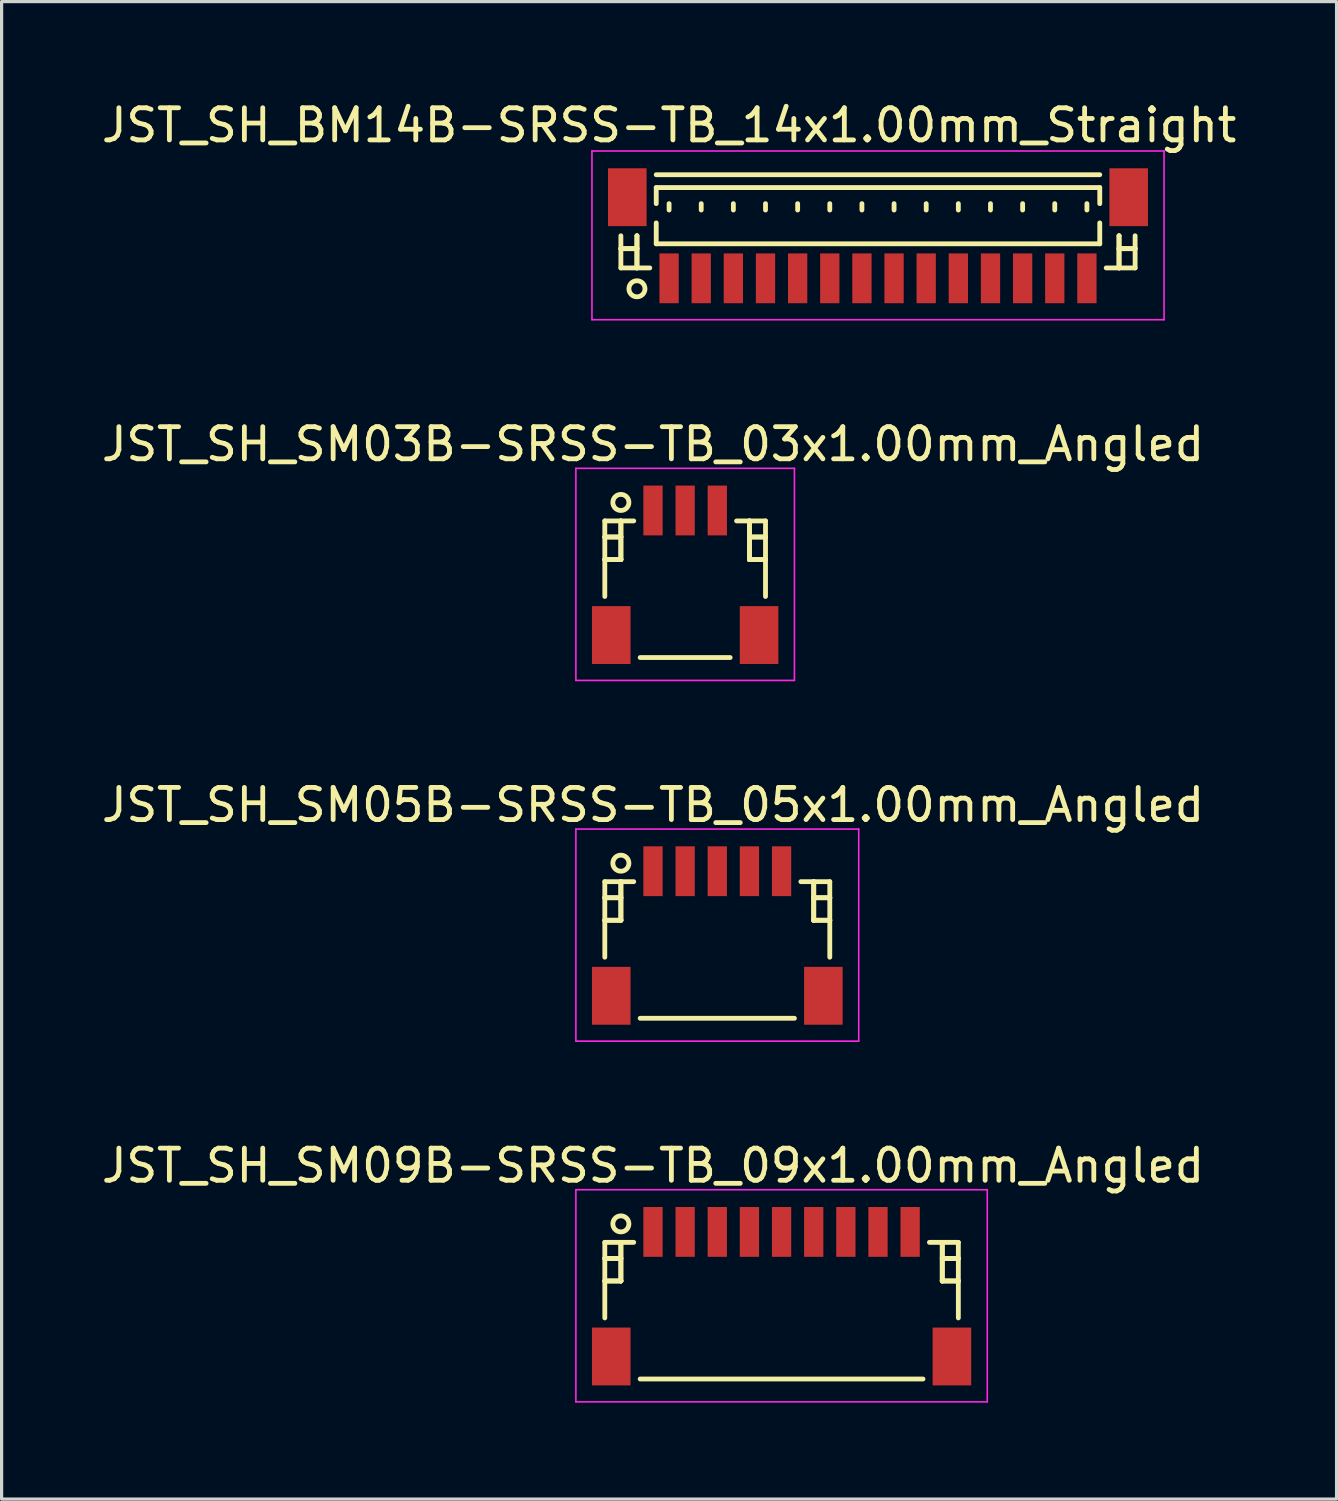
<source format=kicad_pcb>
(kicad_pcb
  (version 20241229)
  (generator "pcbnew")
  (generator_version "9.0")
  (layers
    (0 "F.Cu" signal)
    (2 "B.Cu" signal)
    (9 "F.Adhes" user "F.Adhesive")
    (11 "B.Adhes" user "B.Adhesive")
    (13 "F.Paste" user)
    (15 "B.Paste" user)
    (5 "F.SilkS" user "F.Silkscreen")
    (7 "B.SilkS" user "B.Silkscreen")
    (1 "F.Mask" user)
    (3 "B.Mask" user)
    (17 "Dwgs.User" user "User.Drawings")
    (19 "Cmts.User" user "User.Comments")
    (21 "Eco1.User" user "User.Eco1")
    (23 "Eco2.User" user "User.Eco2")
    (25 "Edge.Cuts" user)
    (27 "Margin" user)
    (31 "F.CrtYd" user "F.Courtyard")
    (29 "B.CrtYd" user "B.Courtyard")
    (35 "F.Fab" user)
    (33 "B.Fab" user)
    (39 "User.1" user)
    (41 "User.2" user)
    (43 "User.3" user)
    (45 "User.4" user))
  (footprint "JST_SH_SM09B-SRSS-TB_09x1.00mm_Angled"
    (layer "F.Cu")
    (at 21.268 37.218)
    (property "Reference" "JST_SH_SM09B-SRSS-TB_09x1.00mm_Angled" (at -4 -4 0) (layer "F.SilkS") (effects (font (size 1 1) (thickness 0.15))))
    (attr smd)
    (fp_line (start -5.5 -1.613) (end -4.6 -1.613) (stroke (width 0.15) (type solid)) (layer "F.SilkS"))
    (fp_line (start -5.5 -1.113) (end -5.5 -1.113) (stroke (width 0.15) (type solid)) (layer "F.SilkS"))
    (fp_line (start -5.5 -1.113) (end -5 -1.113) (stroke (width 0.15) (type solid)) (layer "F.SilkS"))
    (fp_line (start -5.5 -0.412) (end -5.5 -0.412) (stroke (width 0.15) (type solid)) (layer "F.SilkS"))
    (fp_line (start -5.5 -0.412) (end -5 -0.412) (stroke (width 0.15) (type solid)) (layer "F.SilkS"))
    (fp_line (start -5.5 0.738) (end -5.5 -1.613) (stroke (width 0.15) (type solid)) (layer "F.SilkS"))
    (fp_line (start -5 -1.613) (end -5 -1.613) (stroke (width 0.15) (type solid)) (layer "F.SilkS"))
    (fp_line (start -5 -1.613) (end -5 -0.412) (stroke (width 0.15) (type solid)) (layer "F.SilkS"))
    (fp_line (start -5 -1.113) (end -5.5 -1.113) (stroke (width 0.15) (type solid)) (layer "F.SilkS"))
    (fp_line (start -5 -1.113) (end -5 -1.113) (stroke (width 0.15) (type solid)) (layer "F.SilkS"))
    (fp_line (start -5 -0.412) (end -5.5 -0.412) (stroke (width 0.15) (type solid)) (layer "F.SilkS"))
    (fp_line (start -5 -0.412) (end -5 -1.613) (stroke (width 0.15) (type solid)) (layer "F.SilkS"))
    (fp_line (start -5 -0.412) (end -5 -0.412) (stroke (width 0.15) (type solid)) (layer "F.SilkS"))
    (fp_line (start -5 -0.412) (end -5 -0.412) (stroke (width 0.15) (type solid)) (layer "F.SilkS"))
    (fp_line (start -4.4 2.638) (end 4.4 2.638) (stroke (width 0.15) (type solid)) (layer "F.SilkS"))
    (fp_line (start 5 -1.613) (end 5 -1.613) (stroke (width 0.15) (type solid)) (layer "F.SilkS"))
    (fp_line (start 5 -1.613) (end 5 -0.412) (stroke (width 0.15) (type solid)) (layer "F.SilkS"))
    (fp_line (start 5 -1.113) (end 5 -1.113) (stroke (width 0.15) (type solid)) (layer "F.SilkS"))
    (fp_line (start 5 -1.113) (end 5.5 -1.113) (stroke (width 0.15) (type solid)) (layer "F.SilkS"))
    (fp_line (start 5 -0.412) (end 5 -1.613) (stroke (width 0.15) (type solid)) (layer "F.SilkS"))
    (fp_line (start 5 -0.412) (end 5 -0.412) (stroke (width 0.15) (type solid)) (layer "F.SilkS"))
    (fp_line (start 5 -0.412) (end 5 -0.412) (stroke (width 0.15) (type solid)) (layer "F.SilkS"))
    (fp_line (start 5 -0.412) (end 5.5 -0.412) (stroke (width 0.15) (type solid)) (layer "F.SilkS"))
    (fp_line (start 5.5 -1.613) (end 4.6 -1.613) (stroke (width 0.15) (type solid)) (layer "F.SilkS"))
    (fp_line (start 5.5 -1.113) (end 5 -1.113) (stroke (width 0.15) (type solid)) (layer "F.SilkS"))
    (fp_line (start 5.5 -1.113) (end 5.5 -1.113) (stroke (width 0.15) (type solid)) (layer "F.SilkS"))
    (fp_line (start 5.5 -0.412) (end 5 -0.412) (stroke (width 0.15) (type solid)) (layer "F.SilkS"))
    (fp_line (start 5.5 -0.412) (end 5.5 -0.412) (stroke (width 0.15) (type solid)) (layer "F.SilkS"))
    (fp_line (start 5.5 0.738) (end 5.5 -1.613) (stroke (width 0.15) (type solid)) (layer "F.SilkS"))
    (fp_circle (center -5 -2.188) (end -4.75 -2.188) (stroke (width 0.15) (type solid)) (fill no) (layer "F.SilkS"))
    (fp_line (start -6.4 -3.25) (end 6.4 -3.25) (stroke (width 0.05) (type solid)) (layer "F.CrtYd"))
    (fp_line (start -6.4 3.35) (end -6.4 -3.25) (stroke (width 0.05) (type solid)) (layer "F.CrtYd"))
    (fp_line (start 6.4 -3.25) (end 6.4 3.35) (stroke (width 0.05) (type solid)) (layer "F.CrtYd"))
    (fp_line (start 6.4 3.35) (end -6.4 3.35) (stroke (width 0.05) (type solid)) (layer "F.CrtYd"))
    (pad "" smd rect (at -5.3 1.938) (size 1.2 1.8) (layers "F.Cu" "F.Mask" "F.Paste"))
    (pad "" smd rect (at 5.3 1.938) (size 1.2 1.8) (layers "F.Cu" "F.Mask" "F.Paste"))
    (pad "1" smd rect (at -4 -1.938) (size 0.6 1.55) (layers "F.Cu" "F.Mask" "F.Paste"))
    (pad "2" smd rect (at -3 -1.938) (size 0.6 1.55) (layers "F.Cu" "F.Mask" "F.Paste"))
    (pad "3" smd rect (at -2 -1.938) (size 0.6 1.55) (layers "F.Cu" "F.Mask" "F.Paste"))
    (pad "4" smd rect (at -1 -1.938) (size 0.6 1.55) (layers "F.Cu" "F.Mask" "F.Paste"))
    (pad "5" smd rect (at 0 -1.938) (size 0.6 1.55) (layers "F.Cu" "F.Mask" "F.Paste"))
    (pad "6" smd rect (at 1 -1.938) (size 0.6 1.55) (layers "F.Cu" "F.Mask" "F.Paste"))
    (pad "7" smd rect (at 2 -1.938) (size 0.6 1.55) (layers "F.Cu" "F.Mask" "F.Paste"))
    (pad "8" smd rect (at 3 -1.938) (size 0.6 1.55) (layers "F.Cu" "F.Mask" "F.Paste"))
    (pad "9" smd rect (at 4 -1.938) (size 0.6 1.55) (layers "F.Cu" "F.Mask" "F.Paste")))
  (footprint "JST_SH_BM14B-SRSS-TB_14x1.00mm_Straight"
    (layer "F.Cu")
    (at 24.268 4.348)
    (property "Reference" "JST_SH_BM14B-SRSS-TB_14x1.00mm_Straight" (at -6.5 -3.5 0) (layer "F.SilkS") (effects (font (size 1 1) (thickness 0.15))))
    (attr smd)
    (fp_line (start -8 -0.062) (end -8 0.938) (stroke (width 0.15) (type solid)) (layer "F.SilkS"))
    (fp_line (start -8 0.338) (end -8 0.338) (stroke (width 0.15) (type solid)) (layer "F.SilkS"))
    (fp_line (start -8 0.338) (end -7.5 0.338) (stroke (width 0.15) (type solid)) (layer "F.SilkS"))
    (fp_line (start -8 0.938) (end -7.1 0.938) (stroke (width 0.15) (type solid)) (layer "F.SilkS"))
    (fp_line (start -7.5 -0.062) (end -7.5 -0.062) (stroke (width 0.15) (type solid)) (layer "F.SilkS"))
    (fp_line (start -7.5 -0.062) (end -7.5 0.938) (stroke (width 0.15) (type solid)) (layer "F.SilkS"))
    (fp_line (start -7.5 0.338) (end -8 0.338) (stroke (width 0.15) (type solid)) (layer "F.SilkS"))
    (fp_line (start -7.5 0.338) (end -7.5 0.338) (stroke (width 0.15) (type solid)) (layer "F.SilkS"))
    (fp_line (start -7.5 0.938) (end -7.5 -0.062) (stroke (width 0.15) (type solid)) (layer "F.SilkS"))
    (fp_line (start -7.5 0.938) (end -7.5 0.938) (stroke (width 0.15) (type solid)) (layer "F.SilkS"))
    (fp_line (start -6.9 -1.962) (end 6.9 -1.962) (stroke (width 0.15) (type solid)) (layer "F.SilkS"))
    (fp_line (start -6.9 -1.562) (end 6.9 -1.562) (stroke (width 0.15) (type solid)) (layer "F.SilkS"))
    (fp_line (start -6.9 -1.062) (end -6.9 -1.562) (stroke (width 0.15) (type solid)) (layer "F.SilkS"))
    (fp_line (start -6.9 -0.463) (end -6.9 0.188) (stroke (width 0.15) (type solid)) (layer "F.SilkS"))
    (fp_line (start -6.9 0.188) (end 6.9 0.188) (stroke (width 0.15) (type solid)) (layer "F.SilkS"))
    (fp_line (start -6.5 -1.062) (end -6.5 -0.863) (stroke (width 0.15) (type solid)) (layer "F.SilkS"))
    (fp_line (start -5.5 -1.062) (end -5.5 -0.863) (stroke (width 0.15) (type solid)) (layer "F.SilkS"))
    (fp_line (start -4.5 -1.062) (end -4.5 -0.863) (stroke (width 0.15) (type solid)) (layer "F.SilkS"))
    (fp_line (start -3.5 -1.062) (end -3.5 -0.863) (stroke (width 0.15) (type solid)) (layer "F.SilkS"))
    (fp_line (start -2.5 -1.062) (end -2.5 -0.863) (stroke (width 0.15) (type solid)) (layer "F.SilkS"))
    (fp_line (start -1.5 -1.062) (end -1.5 -0.863) (stroke (width 0.15) (type solid)) (layer "F.SilkS"))
    (fp_line (start -0.5 -1.062) (end -0.5 -0.863) (stroke (width 0.15) (type solid)) (layer "F.SilkS"))
    (fp_line (start 0.5 -1.062) (end 0.5 -0.863) (stroke (width 0.15) (type solid)) (layer "F.SilkS"))
    (fp_line (start 1.5 -1.062) (end 1.5 -0.863) (stroke (width 0.15) (type solid)) (layer "F.SilkS"))
    (fp_line (start 2.5 -1.062) (end 2.5 -0.863) (stroke (width 0.15) (type solid)) (layer "F.SilkS"))
    (fp_line (start 3.5 -1.062) (end 3.5 -0.863) (stroke (width 0.15) (type solid)) (layer "F.SilkS"))
    (fp_line (start 4.5 -1.062) (end 4.5 -0.863) (stroke (width 0.15) (type solid)) (layer "F.SilkS"))
    (fp_line (start 5.5 -1.062) (end 5.5 -0.863) (stroke (width 0.15) (type solid)) (layer "F.SilkS"))
    (fp_line (start 6.5 -1.062) (end 6.5 -0.863) (stroke (width 0.15) (type solid)) (layer "F.SilkS"))
    (fp_line (start 6.9 -1.562) (end 6.9 -1.062) (stroke (width 0.15) (type solid)) (layer "F.SilkS"))
    (fp_line (start 6.9 0.188) (end 6.9 -0.463) (stroke (width 0.15) (type solid)) (layer "F.SilkS"))
    (fp_line (start 7.5 -0.062) (end 7.5 -0.062) (stroke (width 0.15) (type solid)) (layer "F.SilkS"))
    (fp_line (start 7.5 -0.062) (end 7.5 0.938) (stroke (width 0.15) (type solid)) (layer "F.SilkS"))
    (fp_line (start 7.5 0.338) (end 7.5 0.338) (stroke (width 0.15) (type solid)) (layer "F.SilkS"))
    (fp_line (start 7.5 0.338) (end 8 0.338) (stroke (width 0.15) (type solid)) (layer "F.SilkS"))
    (fp_line (start 7.5 0.938) (end 7.5 -0.062) (stroke (width 0.15) (type solid)) (layer "F.SilkS"))
    (fp_line (start 7.5 0.938) (end 7.5 0.938) (stroke (width 0.15) (type solid)) (layer "F.SilkS"))
    (fp_line (start 8 -0.062) (end 8 0.938) (stroke (width 0.15) (type solid)) (layer "F.SilkS"))
    (fp_line (start 8 0.338) (end 7.5 0.338) (stroke (width 0.15) (type solid)) (layer "F.SilkS"))
    (fp_line (start 8 0.338) (end 8 0.338) (stroke (width 0.15) (type solid)) (layer "F.SilkS"))
    (fp_line (start 8 0.938) (end 7.1 0.938) (stroke (width 0.15) (type solid)) (layer "F.SilkS"))
    (fp_circle (center -7.5 1.587) (end -7.25 1.587) (stroke (width 0.15) (type solid)) (fill no) (layer "F.SilkS"))
    (fp_line (start -8.9 -2.7) (end 8.9 -2.7) (stroke (width 0.05) (type solid)) (layer "F.CrtYd"))
    (fp_line (start -8.9 2.55) (end -8.9 -2.7) (stroke (width 0.05) (type solid)) (layer "F.CrtYd"))
    (fp_line (start 8.9 -2.7) (end 8.9 2.55) (stroke (width 0.05) (type solid)) (layer "F.CrtYd"))
    (fp_line (start 8.9 2.55) (end -8.9 2.55) (stroke (width 0.05) (type solid)) (layer "F.CrtYd"))
    (pad "" smd rect (at -7.8 -1.262) (size 1.2 1.8) (layers "F.Cu" "F.Mask" "F.Paste"))
    (pad "" smd rect (at 7.8 -1.262) (size 1.2 1.8) (layers "F.Cu" "F.Mask" "F.Paste"))
    (pad "1" smd rect (at -6.5 1.262) (size 0.6 1.55) (layers "F.Cu" "F.Mask" "F.Paste"))
    (pad "2" smd rect (at -5.5 1.262) (size 0.6 1.55) (layers "F.Cu" "F.Mask" "F.Paste"))
    (pad "3" smd rect (at -4.5 1.262) (size 0.6 1.55) (layers "F.Cu" "F.Mask" "F.Paste"))
    (pad "4" smd rect (at -3.5 1.262) (size 0.6 1.55) (layers "F.Cu" "F.Mask" "F.Paste"))
    (pad "5" smd rect (at -2.5 1.262) (size 0.6 1.55) (layers "F.Cu" "F.Mask" "F.Paste"))
    (pad "6" smd rect (at -1.5 1.262) (size 0.6 1.55) (layers "F.Cu" "F.Mask" "F.Paste"))
    (pad "7" smd rect (at -0.5 1.262) (size 0.6 1.55) (layers "F.Cu" "F.Mask" "F.Paste"))
    (pad "8" smd rect (at 0.5 1.262) (size 0.6 1.55) (layers "F.Cu" "F.Mask" "F.Paste"))
    (pad "9" smd rect (at 1.5 1.262) (size 0.6 1.55) (layers "F.Cu" "F.Mask" "F.Paste"))
    (pad "10" smd rect (at 2.5 1.262) (size 0.6 1.55) (layers "F.Cu" "F.Mask" "F.Paste"))
    (pad "11" smd rect (at 3.5 1.262) (size 0.6 1.55) (layers "F.Cu" "F.Mask" "F.Paste"))
    (pad "12" smd rect (at 4.5 1.262) (size 0.6 1.55) (layers "F.Cu" "F.Mask" "F.Paste"))
    (pad "13" smd rect (at 5.5 1.262) (size 0.6 1.55) (layers "F.Cu" "F.Mask" "F.Paste"))
    (pad "14" smd rect (at 6.5 1.262) (size 0.6 1.55) (layers "F.Cu" "F.Mask" "F.Paste")))
  (footprint "JST_SH_SM05B-SRSS-TB_05x1.00mm_Angled"
    (layer "F.Cu")
    (at 19.268 25.995)
    (property "Reference" "JST_SH_SM05B-SRSS-TB_05x1.00mm_Angled" (at -2 -4 0) (layer "F.SilkS") (effects (font (size 1 1) (thickness 0.15))))
    (attr smd)
    (fp_line (start -3.5 -1.613) (end -2.6 -1.613) (stroke (width 0.15) (type solid)) (layer "F.SilkS"))
    (fp_line (start -3.5 -1.113) (end -3.5 -1.113) (stroke (width 0.15) (type solid)) (layer "F.SilkS"))
    (fp_line (start -3.5 -1.113) (end -3 -1.113) (stroke (width 0.15) (type solid)) (layer "F.SilkS"))
    (fp_line (start -3.5 -0.412) (end -3.5 -0.412) (stroke (width 0.15) (type solid)) (layer "F.SilkS"))
    (fp_line (start -3.5 -0.412) (end -3 -0.412) (stroke (width 0.15) (type solid)) (layer "F.SilkS"))
    (fp_line (start -3.5 0.738) (end -3.5 -1.613) (stroke (width 0.15) (type solid)) (layer "F.SilkS"))
    (fp_line (start -3 -1.613) (end -3 -1.613) (stroke (width 0.15) (type solid)) (layer "F.SilkS"))
    (fp_line (start -3 -1.613) (end -3 -0.412) (stroke (width 0.15) (type solid)) (layer "F.SilkS"))
    (fp_line (start -3 -1.113) (end -3.5 -1.113) (stroke (width 0.15) (type solid)) (layer "F.SilkS"))
    (fp_line (start -3 -1.113) (end -3 -1.113) (stroke (width 0.15) (type solid)) (layer "F.SilkS"))
    (fp_line (start -3 -0.412) (end -3.5 -0.412) (stroke (width 0.15) (type solid)) (layer "F.SilkS"))
    (fp_line (start -3 -0.412) (end -3 -1.613) (stroke (width 0.15) (type solid)) (layer "F.SilkS"))
    (fp_line (start -3 -0.412) (end -3 -0.412) (stroke (width 0.15) (type solid)) (layer "F.SilkS"))
    (fp_line (start -3 -0.412) (end -3 -0.412) (stroke (width 0.15) (type solid)) (layer "F.SilkS"))
    (fp_line (start -2.4 2.638) (end 2.4 2.638) (stroke (width 0.15) (type solid)) (layer "F.SilkS"))
    (fp_line (start 3 -1.613) (end 3 -1.613) (stroke (width 0.15) (type solid)) (layer "F.SilkS"))
    (fp_line (start 3 -1.613) (end 3 -0.412) (stroke (width 0.15) (type solid)) (layer "F.SilkS"))
    (fp_line (start 3 -1.113) (end 3 -1.113) (stroke (width 0.15) (type solid)) (layer "F.SilkS"))
    (fp_line (start 3 -1.113) (end 3.5 -1.113) (stroke (width 0.15) (type solid)) (layer "F.SilkS"))
    (fp_line (start 3 -0.412) (end 3 -1.613) (stroke (width 0.15) (type solid)) (layer "F.SilkS"))
    (fp_line (start 3 -0.412) (end 3 -0.412) (stroke (width 0.15) (type solid)) (layer "F.SilkS"))
    (fp_line (start 3 -0.412) (end 3 -0.412) (stroke (width 0.15) (type solid)) (layer "F.SilkS"))
    (fp_line (start 3 -0.412) (end 3.5 -0.412) (stroke (width 0.15) (type solid)) (layer "F.SilkS"))
    (fp_line (start 3.5 -1.613) (end 2.6 -1.613) (stroke (width 0.15) (type solid)) (layer "F.SilkS"))
    (fp_line (start 3.5 -1.113) (end 3 -1.113) (stroke (width 0.15) (type solid)) (layer "F.SilkS"))
    (fp_line (start 3.5 -1.113) (end 3.5 -1.113) (stroke (width 0.15) (type solid)) (layer "F.SilkS"))
    (fp_line (start 3.5 -0.412) (end 3 -0.412) (stroke (width 0.15) (type solid)) (layer "F.SilkS"))
    (fp_line (start 3.5 -0.412) (end 3.5 -0.412) (stroke (width 0.15) (type solid)) (layer "F.SilkS"))
    (fp_line (start 3.5 0.738) (end 3.5 -1.613) (stroke (width 0.15) (type solid)) (layer "F.SilkS"))
    (fp_circle (center -3 -2.188) (end -2.75 -2.188) (stroke (width 0.15) (type solid)) (fill no) (layer "F.SilkS"))
    (fp_line (start -4.4 -3.25) (end 4.4 -3.25) (stroke (width 0.05) (type solid)) (layer "F.CrtYd"))
    (fp_line (start -4.4 3.35) (end -4.4 -3.25) (stroke (width 0.05) (type solid)) (layer "F.CrtYd"))
    (fp_line (start 4.4 -3.25) (end 4.4 3.35) (stroke (width 0.05) (type solid)) (layer "F.CrtYd"))
    (fp_line (start 4.4 3.35) (end -4.4 3.35) (stroke (width 0.05) (type solid)) (layer "F.CrtYd"))
    (pad "" smd rect (at -3.3 1.938) (size 1.2 1.8) (layers "F.Cu" "F.Mask" "F.Paste"))
    (pad "" smd rect (at 3.3 1.938) (size 1.2 1.8) (layers "F.Cu" "F.Mask" "F.Paste"))
    (pad "1" smd rect (at -2 -1.938) (size 0.6 1.55) (layers "F.Cu" "F.Mask" "F.Paste"))
    (pad "2" smd rect (at -1 -1.938) (size 0.6 1.55) (layers "F.Cu" "F.Mask" "F.Paste"))
    (pad "3" smd rect (at 0 -1.938) (size 0.6 1.55) (layers "F.Cu" "F.Mask" "F.Paste"))
    (pad "4" smd rect (at 1 -1.938) (size 0.6 1.55) (layers "F.Cu" "F.Mask" "F.Paste"))
    (pad "5" smd rect (at 2 -1.938) (size 0.6 1.55) (layers "F.Cu" "F.Mask" "F.Paste")))
  (footprint "JST_SH_SM03B-SRSS-TB_03x1.00mm_Angled"
    (layer "F.Cu")
    (at 18.268 14.771)
    (property "Reference" "JST_SH_SM03B-SRSS-TB_03x1.00mm_Angled" (at -1 -4 0) (layer "F.SilkS") (effects (font (size 1 1) (thickness 0.15))))
    (attr smd)
    (fp_line (start -2.5 -1.613) (end -1.6 -1.613) (stroke (width 0.15) (type solid)) (layer "F.SilkS"))
    (fp_line (start -2.5 -1.113) (end -2.5 -1.113) (stroke (width 0.15) (type solid)) (layer "F.SilkS"))
    (fp_line (start -2.5 -1.113) (end -2 -1.113) (stroke (width 0.15) (type solid)) (layer "F.SilkS"))
    (fp_line (start -2.5 -0.412) (end -2.5 -0.412) (stroke (width 0.15) (type solid)) (layer "F.SilkS"))
    (fp_line (start -2.5 -0.412) (end -2 -0.412) (stroke (width 0.15) (type solid)) (layer "F.SilkS"))
    (fp_line (start -2.5 0.738) (end -2.5 -1.613) (stroke (width 0.15) (type solid)) (layer "F.SilkS"))
    (fp_line (start -2 -1.613) (end -2 -1.613) (stroke (width 0.15) (type solid)) (layer "F.SilkS"))
    (fp_line (start -2 -1.613) (end -2 -0.412) (stroke (width 0.15) (type solid)) (layer "F.SilkS"))
    (fp_line (start -2 -1.113) (end -2.5 -1.113) (stroke (width 0.15) (type solid)) (layer "F.SilkS"))
    (fp_line (start -2 -1.113) (end -2 -1.113) (stroke (width 0.15) (type solid)) (layer "F.SilkS"))
    (fp_line (start -2 -0.412) (end -2.5 -0.412) (stroke (width 0.15) (type solid)) (layer "F.SilkS"))
    (fp_line (start -2 -0.412) (end -2 -1.613) (stroke (width 0.15) (type solid)) (layer "F.SilkS"))
    (fp_line (start -2 -0.412) (end -2 -0.412) (stroke (width 0.15) (type solid)) (layer "F.SilkS"))
    (fp_line (start -2 -0.412) (end -2 -0.412) (stroke (width 0.15) (type solid)) (layer "F.SilkS"))
    (fp_line (start -1.4 2.638) (end 1.4 2.638) (stroke (width 0.15) (type solid)) (layer "F.SilkS"))
    (fp_line (start 2 -1.613) (end 2 -1.613) (stroke (width 0.15) (type solid)) (layer "F.SilkS"))
    (fp_line (start 2 -1.613) (end 2 -0.412) (stroke (width 0.15) (type solid)) (layer "F.SilkS"))
    (fp_line (start 2 -1.113) (end 2 -1.113) (stroke (width 0.15) (type solid)) (layer "F.SilkS"))
    (fp_line (start 2 -1.113) (end 2.5 -1.113) (stroke (width 0.15) (type solid)) (layer "F.SilkS"))
    (fp_line (start 2 -0.412) (end 2 -1.613) (stroke (width 0.15) (type solid)) (layer "F.SilkS"))
    (fp_line (start 2 -0.412) (end 2 -0.412) (stroke (width 0.15) (type solid)) (layer "F.SilkS"))
    (fp_line (start 2 -0.412) (end 2 -0.412) (stroke (width 0.15) (type solid)) (layer "F.SilkS"))
    (fp_line (start 2 -0.412) (end 2.5 -0.412) (stroke (width 0.15) (type solid)) (layer "F.SilkS"))
    (fp_line (start 2.5 -1.613) (end 1.6 -1.613) (stroke (width 0.15) (type solid)) (layer "F.SilkS"))
    (fp_line (start 2.5 -1.113) (end 2 -1.113) (stroke (width 0.15) (type solid)) (layer "F.SilkS"))
    (fp_line (start 2.5 -1.113) (end 2.5 -1.113) (stroke (width 0.15) (type solid)) (layer "F.SilkS"))
    (fp_line (start 2.5 -0.412) (end 2 -0.412) (stroke (width 0.15) (type solid)) (layer "F.SilkS"))
    (fp_line (start 2.5 -0.412) (end 2.5 -0.412) (stroke (width 0.15) (type solid)) (layer "F.SilkS"))
    (fp_line (start 2.5 0.738) (end 2.5 -1.613) (stroke (width 0.15) (type solid)) (layer "F.SilkS"))
    (fp_circle (center -2 -2.188) (end -1.75 -2.188) (stroke (width 0.15) (type solid)) (fill no) (layer "F.SilkS"))
    (fp_line (start -3.4 -3.25) (end 3.4 -3.25) (stroke (width 0.05) (type solid)) (layer "F.CrtYd"))
    (fp_line (start -3.4 3.35) (end -3.4 -3.25) (stroke (width 0.05) (type solid)) (layer "F.CrtYd"))
    (fp_line (start 3.4 -3.25) (end 3.4 3.35) (stroke (width 0.05) (type solid)) (layer "F.CrtYd"))
    (fp_line (start 3.4 3.35) (end -3.4 3.35) (stroke (width 0.05) (type solid)) (layer "F.CrtYd"))
    (pad "" smd rect (at -2.3 1.938) (size 1.2 1.8) (layers "F.Cu" "F.Mask" "F.Paste"))
    (pad "" smd rect (at 2.3 1.938) (size 1.2 1.8) (layers "F.Cu" "F.Mask" "F.Paste"))
    (pad "1" smd rect (at -1 -1.938) (size 0.6 1.55) (layers "F.Cu" "F.Mask" "F.Paste"))
    (pad "2" smd rect (at 0 -1.938) (size 0.6 1.55) (layers "F.Cu" "F.Mask" "F.Paste"))
    (pad "3" smd rect (at 1 -1.938) (size 0.6 1.55) (layers "F.Cu" "F.Mask" "F.Paste")))
  (gr_rect
    (start -3 -3)
    (end 38.536 43.593)
    (stroke (width 0.1) (type default))
    (fill no)
    (layer "Edge.Cuts")))
</source>
